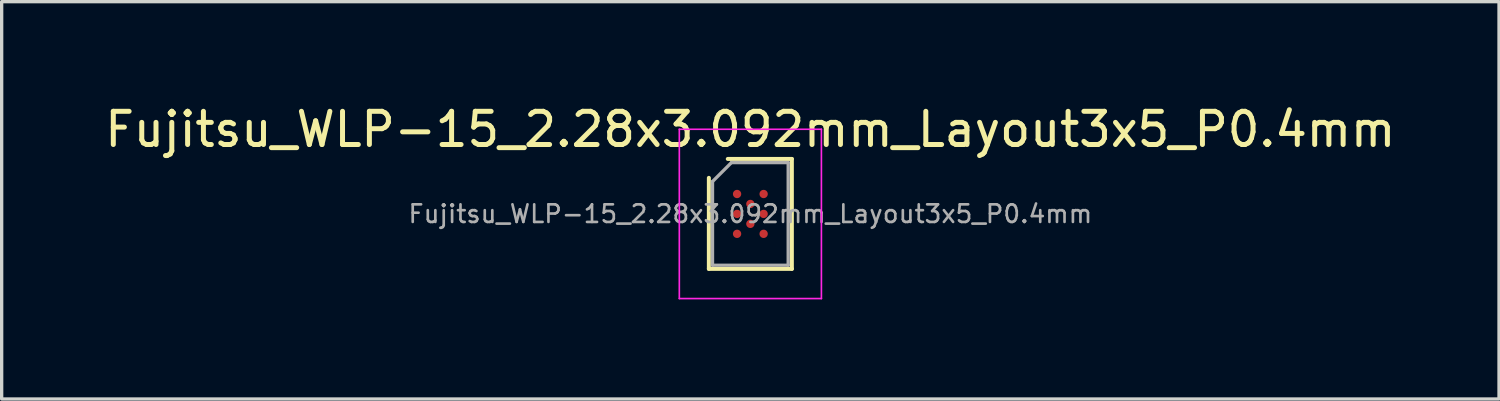
<source format=kicad_pcb>
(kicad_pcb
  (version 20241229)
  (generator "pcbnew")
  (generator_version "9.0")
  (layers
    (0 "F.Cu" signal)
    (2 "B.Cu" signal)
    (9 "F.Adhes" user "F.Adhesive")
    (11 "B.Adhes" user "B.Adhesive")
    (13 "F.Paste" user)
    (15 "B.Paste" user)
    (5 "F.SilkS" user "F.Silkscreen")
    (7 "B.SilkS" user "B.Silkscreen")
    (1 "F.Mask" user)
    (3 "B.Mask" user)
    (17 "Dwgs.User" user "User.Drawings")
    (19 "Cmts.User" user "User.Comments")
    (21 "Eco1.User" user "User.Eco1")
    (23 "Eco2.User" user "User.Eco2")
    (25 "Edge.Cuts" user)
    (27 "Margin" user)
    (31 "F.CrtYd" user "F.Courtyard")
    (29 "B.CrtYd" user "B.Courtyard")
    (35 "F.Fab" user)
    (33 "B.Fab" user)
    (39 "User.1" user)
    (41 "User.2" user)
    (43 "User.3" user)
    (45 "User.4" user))
  (footprint "Fujitsu_WLP-15_2.28x3.092mm_Layout3x5_P0.4mm"
    (layer "F.Cu")
    (at 19.554 3.394)
    (property "Reference" "Fujitsu_WLP-15_2.28x3.092mm_Layout3x5_P0.4mm" (at 0 -2.546 0) (layer "F.SilkS") (effects (font (size 1 1) (thickness 0.15))))
    (attr smd)
    (fp_line (start -1.25 1.656) (end -1.25 -1.086) (stroke (width 0.12) (type solid)) (layer "F.SilkS"))
    (fp_line (start -0.68 -1.656) (end 1.25 -1.656) (stroke (width 0.12) (type solid)) (layer "F.SilkS"))
    (fp_line (start 1.25 -1.656) (end 1.25 1.656) (stroke (width 0.12) (type solid)) (layer "F.SilkS"))
    (fp_line (start 1.25 1.656) (end -1.25 1.656) (stroke (width 0.12) (type solid)) (layer "F.SilkS"))
    (fp_line (start -2.14 -2.55) (end -2.14 2.55) (stroke (width 0.05) (type solid)) (layer "F.CrtYd"))
    (fp_line (start -2.14 2.55) (end 2.14 2.55) (stroke (width 0.05) (type solid)) (layer "F.CrtYd"))
    (fp_line (start 2.14 -2.55) (end -2.14 -2.55) (stroke (width 0.05) (type solid)) (layer "F.CrtYd"))
    (fp_line (start 2.14 2.55) (end 2.14 -2.55) (stroke (width 0.05) (type solid)) (layer "F.CrtYd"))
    (fp_line (start -1.14 -0.976) (end -0.57 -1.546) (stroke (width 0.1) (type solid)) (layer "F.Fab"))
    (fp_line (start -1.14 1.546) (end -1.14 -0.976) (stroke (width 0.1) (type solid)) (layer "F.Fab"))
    (fp_line (start -0.57 -1.546) (end 1.14 -1.546) (stroke (width 0.1) (type solid)) (layer "F.Fab"))
    (fp_line (start 1.14 -1.546) (end 1.14 1.546) (stroke (width 0.1) (type solid)) (layer "F.Fab"))
    (fp_line (start 1.14 1.546) (end -1.14 1.546) (stroke (width 0.1) (type solid)) (layer "F.Fab"))
    (fp_text user "${REFERENCE}" (at 0 0 0) (layer "F.Fab") (effects (font (size 0.53 0.53) (thickness 0.08))))
    (pad "A1" smd circle (at -0.4 -0.6) (size 0.25 0.25) (layers "F.Cu" "F.Mask" "F.Paste"))
    (pad "A3" smd circle (at 0.4 -0.6) (size 0.25 0.25) (layers "F.Cu" "F.Mask" "F.Paste"))
    (pad "B2" smd circle (at 0 -0.3) (size 0.25 0.25) (layers "F.Cu" "F.Mask" "F.Paste"))
    (pad "C1" smd circle (at -0.4 0) (size 0.25 0.25) (layers "F.Cu" "F.Mask" "F.Paste"))
    (pad "C3" smd circle (at 0.4 0) (size 0.25 0.25) (layers "F.Cu" "F.Mask" "F.Paste"))
    (pad "D2" smd circle (at 0 0.3) (size 0.25 0.25) (layers "F.Cu" "F.Mask" "F.Paste"))
    (pad "E1" smd circle (at -0.4 0.6) (size 0.25 0.25) (layers "F.Cu" "F.Mask" "F.Paste"))
    (pad "E3" smd circle (at 0.4 0.6) (size 0.25 0.25) (layers "F.Cu" "F.Mask" "F.Paste")))
  (gr_rect
    (start -3 -3)
    (end 42.107 8.969)
    (stroke (width 0.1) (type default))
    (fill no)
    (layer "Edge.Cuts")))
</source>
